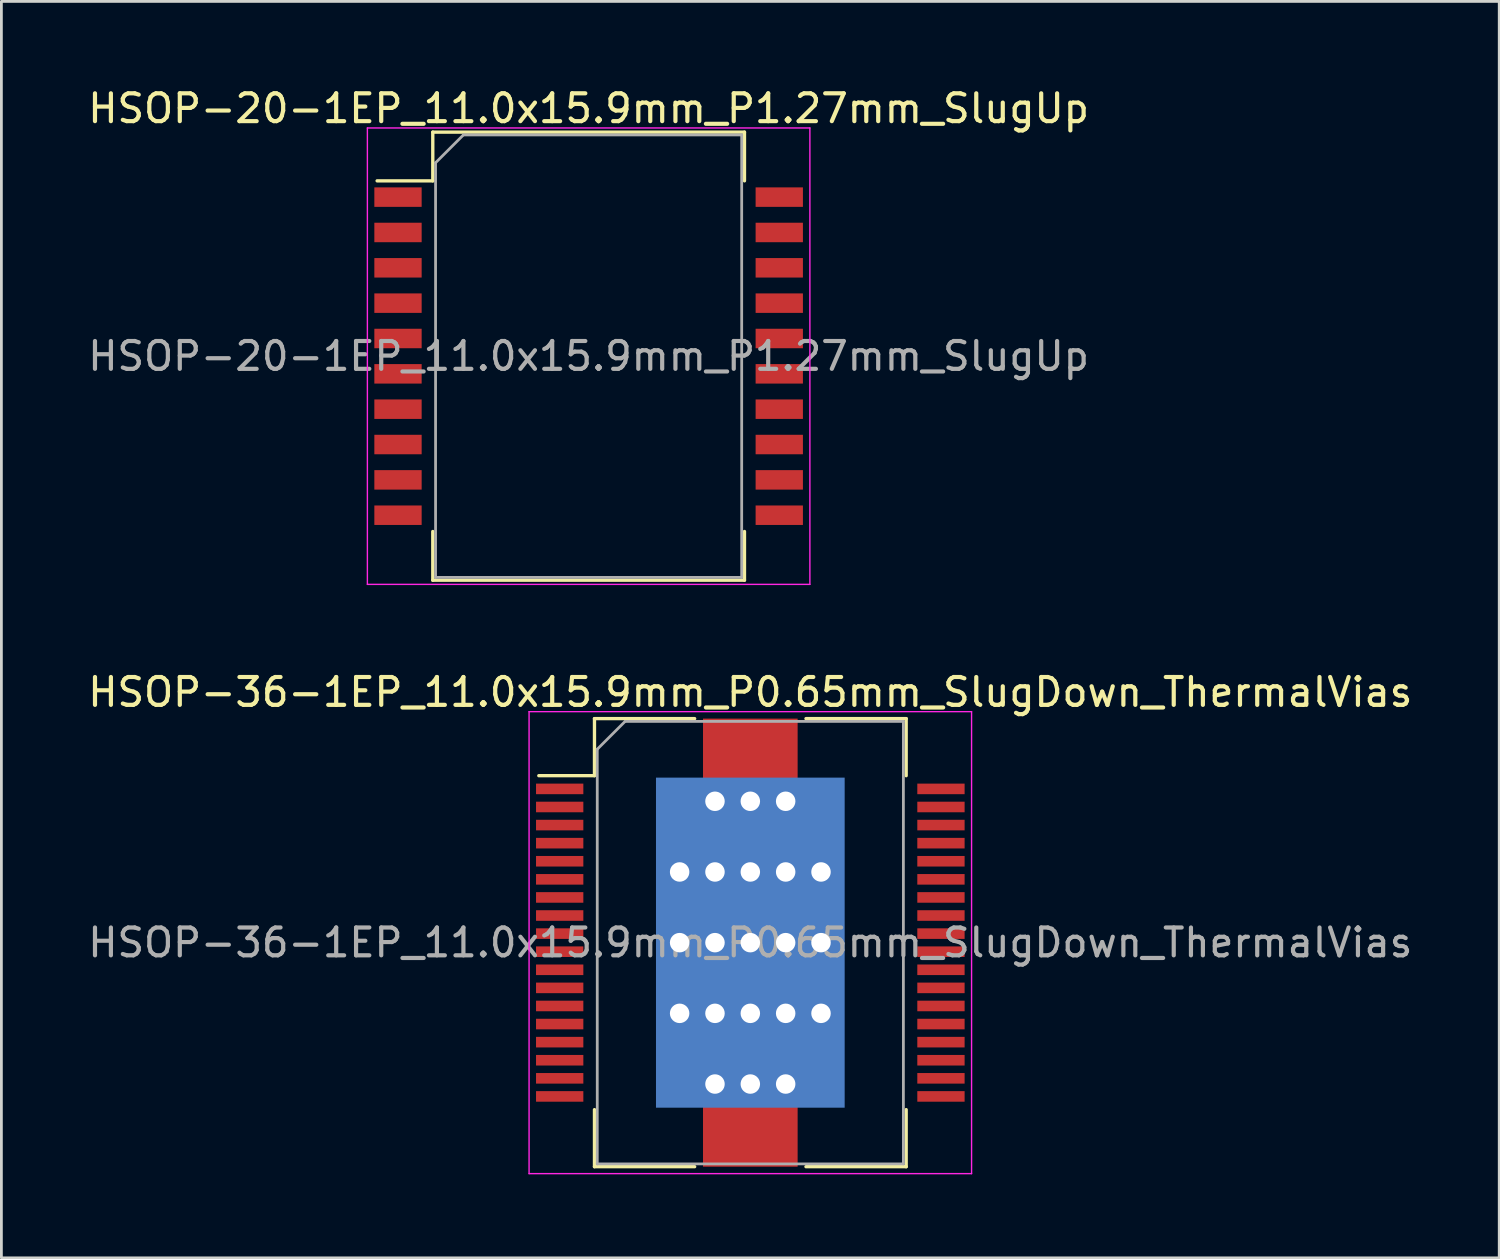
<source format=kicad_pcb>
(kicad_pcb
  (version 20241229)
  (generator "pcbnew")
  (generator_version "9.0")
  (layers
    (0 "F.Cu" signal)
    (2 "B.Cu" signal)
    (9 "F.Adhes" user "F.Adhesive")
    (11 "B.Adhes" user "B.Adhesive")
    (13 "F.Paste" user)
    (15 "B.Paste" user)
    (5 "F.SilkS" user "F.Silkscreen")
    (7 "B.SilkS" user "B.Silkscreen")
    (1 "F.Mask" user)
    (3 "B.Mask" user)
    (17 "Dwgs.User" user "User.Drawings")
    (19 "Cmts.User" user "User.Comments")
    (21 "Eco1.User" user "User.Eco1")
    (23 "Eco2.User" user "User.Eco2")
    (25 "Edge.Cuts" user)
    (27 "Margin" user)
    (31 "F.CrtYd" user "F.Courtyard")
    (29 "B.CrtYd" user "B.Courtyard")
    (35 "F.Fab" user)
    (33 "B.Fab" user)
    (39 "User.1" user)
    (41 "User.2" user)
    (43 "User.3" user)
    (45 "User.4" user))
  (footprint "HSOP-36-1EP_11.0x15.9mm_P0.65mm_SlugDown_ThermalVias"
    (layer "F.Cu")
    (at 23.911 30.822)
    (property "Reference" "HSOP-36-1EP_11.0x15.9mm_P0.65mm_SlugDown_ThermalVias" (at 0 -9 0) (layer "F.SilkS") (effects (font (size 1 1) (thickness 0.15))))
    (attr smd)
    (fp_line (start -5.6 -8.05) (end -5.6 -6) (stroke (width 0.12) (type solid)) (layer "F.SilkS"))
    (fp_line (start -5.6 -6) (end -7.6 -6) (stroke (width 0.12) (type solid)) (layer "F.SilkS"))
    (fp_line (start -5.6 8.05) (end -5.6 6) (stroke (width 0.12) (type solid)) (layer "F.SilkS"))
    (fp_line (start -2 -8.05) (end -5.6 -8.05) (stroke (width 0.12) (type solid)) (layer "F.SilkS"))
    (fp_line (start -2 8.05) (end -5.6 8.05) (stroke (width 0.12) (type solid)) (layer "F.SilkS"))
    (fp_line (start 5.6 -8.05) (end 2 -8.05) (stroke (width 0.12) (type solid)) (layer "F.SilkS"))
    (fp_line (start 5.6 -8.05) (end 5.6 -6) (stroke (width 0.12) (type solid)) (layer "F.SilkS"))
    (fp_line (start 5.6 8.05) (end 2 8.05) (stroke (width 0.12) (type solid)) (layer "F.SilkS"))
    (fp_line (start 5.6 8.05) (end 5.6 6) (stroke (width 0.12) (type solid)) (layer "F.SilkS"))
    (fp_line (start -7.95 -8.3) (end -7.95 8.3) (stroke (width 0.05) (type solid)) (layer "F.CrtYd"))
    (fp_line (start -7.95 -8.3) (end 7.95 -8.3) (stroke (width 0.05) (type solid)) (layer "F.CrtYd"))
    (fp_line (start 7.95 8.3) (end -7.95 8.3) (stroke (width 0.05) (type solid)) (layer "F.CrtYd"))
    (fp_line (start 7.95 8.3) (end 7.95 -8.3) (stroke (width 0.05) (type solid)) (layer "F.CrtYd"))
    (fp_line (start -5.5 -6.95) (end -5.5 7.95) (stroke (width 0.1) (type solid)) (layer "F.Fab"))
    (fp_line (start -5.5 7.95) (end 5.5 7.95) (stroke (width 0.1) (type solid)) (layer "F.Fab"))
    (fp_line (start -4.5 -7.95) (end -5.5 -6.95) (stroke (width 0.1) (type solid)) (layer "F.Fab"))
    (fp_line (start 5.5 -7.95) (end -4.5 -7.95) (stroke (width 0.1) (type solid)) (layer "F.Fab"))
    (fp_line (start 5.5 7.95) (end 5.5 -7.95) (stroke (width 0.1) (type solid)) (layer "F.Fab"))
    (fp_text user "${REFERENCE}" (at 0 0 0) (layer "F.Fab") (effects (font (size 1 1) (thickness 0.15))))
    (pad "1" smd rect (at -6.85 -5.525) (size 1.7 0.38) (layers "F.Cu" "F.Mask" "F.Paste"))
    (pad "2" smd rect (at -6.85 -4.875) (size 1.7 0.38) (layers "F.Cu" "F.Mask" "F.Paste"))
    (pad "3" smd rect (at -6.85 -4.225) (size 1.7 0.38) (layers "F.Cu" "F.Mask" "F.Paste"))
    (pad "4" smd rect (at -6.85 -3.575) (size 1.7 0.38) (layers "F.Cu" "F.Mask" "F.Paste"))
    (pad "5" smd rect (at -6.85 -2.925) (size 1.7 0.38) (layers "F.Cu" "F.Mask" "F.Paste"))
    (pad "6" smd rect (at -6.85 -2.275) (size 1.7 0.38) (layers "F.Cu" "F.Mask" "F.Paste"))
    (pad "7" smd rect (at -6.85 -1.625) (size 1.7 0.38) (layers "F.Cu" "F.Mask" "F.Paste"))
    (pad "8" smd rect (at -6.85 -0.975) (size 1.7 0.38) (layers "F.Cu" "F.Mask" "F.Paste"))
    (pad "9" smd rect (at -6.85 -0.325) (size 1.7 0.38) (layers "F.Cu" "F.Mask" "F.Paste"))
    (pad "10" smd rect (at -6.85 0.325) (size 1.7 0.38) (layers "F.Cu" "F.Mask" "F.Paste"))
    (pad "11" smd rect (at -6.85 0.975) (size 1.7 0.38) (layers "F.Cu" "F.Mask" "F.Paste"))
    (pad "12" smd rect (at -6.85 1.625) (size 1.7 0.38) (layers "F.Cu" "F.Mask" "F.Paste"))
    (pad "13" smd rect (at -6.85 2.275) (size 1.7 0.38) (layers "F.Cu" "F.Mask" "F.Paste"))
    (pad "14" smd rect (at -6.85 2.925) (size 1.7 0.38) (layers "F.Cu" "F.Mask" "F.Paste"))
    (pad "15" smd rect (at -6.85 3.575) (size 1.7 0.38) (layers "F.Cu" "F.Mask" "F.Paste"))
    (pad "16" smd rect (at -6.85 4.225) (size 1.7 0.38) (layers "F.Cu" "F.Mask" "F.Paste"))
    (pad "17" smd rect (at -6.85 4.875) (size 1.7 0.38) (layers "F.Cu" "F.Mask" "F.Paste"))
    (pad "18" smd rect (at -6.85 5.525) (size 1.7 0.38) (layers "F.Cu" "F.Mask" "F.Paste"))
    (pad "19" smd rect (at 6.85 5.525) (size 1.7 0.38) (layers "F.Cu" "F.Mask" "F.Paste"))
    (pad "20" smd rect (at 6.85 4.875) (size 1.7 0.38) (layers "F.Cu" "F.Mask" "F.Paste"))
    (pad "21" smd rect (at 6.85 4.225) (size 1.7 0.38) (layers "F.Cu" "F.Mask" "F.Paste"))
    (pad "22" smd rect (at 6.85 3.575) (size 1.7 0.38) (layers "F.Cu" "F.Mask" "F.Paste"))
    (pad "23" smd rect (at 6.85 2.925) (size 1.7 0.38) (layers "F.Cu" "F.Mask" "F.Paste"))
    (pad "24" smd rect (at 6.85 2.275) (size 1.7 0.38) (layers "F.Cu" "F.Mask" "F.Paste"))
    (pad "25" smd rect (at 6.85 1.625) (size 1.7 0.38) (layers "F.Cu" "F.Mask" "F.Paste"))
    (pad "26" smd rect (at 6.85 0.975) (size 1.7 0.38) (layers "F.Cu" "F.Mask" "F.Paste"))
    (pad "27" smd rect (at 6.85 0.325) (size 1.7 0.38) (layers "F.Cu" "F.Mask" "F.Paste"))
    (pad "28" smd rect (at 6.85 -0.325) (size 1.7 0.38) (layers "F.Cu" "F.Mask" "F.Paste"))
    (pad "29" smd rect (at 6.85 -0.975) (size 1.7 0.38) (layers "F.Cu" "F.Mask" "F.Paste"))
    (pad "30" smd rect (at 6.85 -1.625) (size 1.7 0.38) (layers "F.Cu" "F.Mask" "F.Paste"))
    (pad "31" smd rect (at 6.85 -2.275) (size 1.7 0.38) (layers "F.Cu" "F.Mask" "F.Paste"))
    (pad "32" smd rect (at 6.85 -2.925) (size 1.7 0.38) (layers "F.Cu" "F.Mask" "F.Paste"))
    (pad "33" smd rect (at 6.85 -3.575) (size 1.7 0.38) (layers "F.Cu" "F.Mask" "F.Paste"))
    (pad "34" smd rect (at 6.85 -4.225) (size 1.7 0.38) (layers "F.Cu" "F.Mask" "F.Paste"))
    (pad "35" smd rect (at 6.85 -4.875) (size 1.7 0.38) (layers "F.Cu" "F.Mask" "F.Paste"))
    (pad "36" smd rect (at 6.85 -5.525) (size 1.7 0.38) (layers "F.Cu" "F.Mask" "F.Paste"))
    (pad "37" thru_hole circle (at -2.54 -2.54) (size 1 1) (drill 0.7) (layers "*.Cu"))
    (pad "37" thru_hole circle (at -2.54 0) (size 1 1) (drill 0.7) (layers "*.Cu"))
    (pad "37" thru_hole circle (at -2.54 2.54) (size 1 1) (drill 0.7) (layers "*.Cu"))
    (pad "37" thru_hole circle (at -1.27 -5.08) (size 1 1) (drill 0.7) (layers "*.Cu"))
    (pad "37" thru_hole circle (at -1.27 -2.54) (size 1 1) (drill 0.7) (layers "*.Cu"))
    (pad "37" thru_hole circle (at -1.27 0) (size 1 1) (drill 0.7) (layers "*.Cu"))
    (pad "37" thru_hole circle (at -1.27 2.54) (size 1 1) (drill 0.7) (layers "*.Cu"))
    (pad "37" thru_hole circle (at -1.27 5.08) (size 1 1) (drill 0.7) (layers "*.Cu"))
    (pad "37" smd rect (at 0 -6.843) (size 3.4 2.415) (layers "F.Cu" "F.Mask" "F.Paste"))
    (pad "37" thru_hole circle (at 0 -5.08) (size 1 1) (drill 0.7) (layers "*.Cu"))
    (pad "37" thru_hole circle (at 0 -2.54) (size 1 1) (drill 0.7) (layers "*.Cu"))
    (pad "37" thru_hole circle (at 0 0) (size 1 1) (drill 0.7) (layers "*.Cu"))
    (pad "37" smd rect (at 0 0) (size 6.4 11.27) (layers "F.Cu" "F.Mask" "F.Paste"))
    (pad "37" smd rect (at 0 0) (size 6.78 11.86) (layers "B.Cu"))
    (pad "37" thru_hole circle (at 0 2.54) (size 1 1) (drill 0.7) (layers "*.Cu"))
    (pad "37" thru_hole circle (at 0 5.08) (size 1 1) (drill 0.7) (layers "*.Cu"))
    (pad "37" smd rect (at 0 6.843) (size 3.4 2.415) (layers "F.Cu" "F.Mask" "F.Paste"))
    (pad "37" thru_hole circle (at 1.27 -5.08) (size 1 1) (drill 0.7) (layers "*.Cu"))
    (pad "37" thru_hole circle (at 1.27 -2.54) (size 1 1) (drill 0.7) (layers "*.Cu"))
    (pad "37" thru_hole circle (at 1.27 0) (size 1 1) (drill 0.7) (layers "*.Cu"))
    (pad "37" thru_hole circle (at 1.27 2.54) (size 1 1) (drill 0.7) (layers "*.Cu"))
    (pad "37" thru_hole circle (at 1.27 5.08) (size 1 1) (drill 0.7) (layers "*.Cu"))
    (pad "37" thru_hole circle (at 2.54 -2.54) (size 1 1) (drill 0.7) (layers "*.Cu"))
    (pad "37" thru_hole circle (at 2.54 0) (size 1 1) (drill 0.7) (layers "*.Cu"))
    (pad "37" thru_hole circle (at 2.54 2.54) (size 1 1) (drill 0.7) (layers "*.Cu")))
  (footprint "HSOP-20-1EP_11.0x15.9mm_P1.27mm_SlugUp"
    (layer "F.Cu")
    (at 18.101 9.748)
    (property "Reference" "HSOP-20-1EP_11.0x15.9mm_P1.27mm_SlugUp" (at 0 -8.9 0) (layer "F.SilkS") (effects (font (size 1 1) (thickness 0.15))))
    (attr smd)
    (fp_line (start -5.6 -8.05) (end -5.6 -6.3) (stroke (width 0.12) (type solid)) (layer "F.SilkS"))
    (fp_line (start -5.6 -6.3) (end -7.6 -6.3) (stroke (width 0.12) (type solid)) (layer "F.SilkS"))
    (fp_line (start -5.6 8.05) (end -5.6 6.3) (stroke (width 0.12) (type solid)) (layer "F.SilkS"))
    (fp_line (start 5.6 -8.05) (end -5.6 -8.05) (stroke (width 0.12) (type solid)) (layer "F.SilkS"))
    (fp_line (start 5.6 -8.05) (end 5.6 -6.3) (stroke (width 0.12) (type solid)) (layer "F.SilkS"))
    (fp_line (start 5.6 8.05) (end -5.6 8.05) (stroke (width 0.12) (type solid)) (layer "F.SilkS"))
    (fp_line (start 5.6 8.05) (end 5.6 6.3) (stroke (width 0.12) (type solid)) (layer "F.SilkS"))
    (fp_line (start -7.95 -8.2) (end -7.95 8.2) (stroke (width 0.05) (type solid)) (layer "F.CrtYd"))
    (fp_line (start -7.95 -8.2) (end 7.95 -8.2) (stroke (width 0.05) (type solid)) (layer "F.CrtYd"))
    (fp_line (start 7.95 8.2) (end -7.95 8.2) (stroke (width 0.05) (type solid)) (layer "F.CrtYd"))
    (fp_line (start 7.95 8.2) (end 7.95 -8.2) (stroke (width 0.05) (type solid)) (layer "F.CrtYd"))
    (fp_line (start -5.5 -6.95) (end -5.5 7.95) (stroke (width 0.1) (type solid)) (layer "F.Fab"))
    (fp_line (start -5.5 7.95) (end 5.5 7.95) (stroke (width 0.1) (type solid)) (layer "F.Fab"))
    (fp_line (start -4.5 -7.95) (end -5.5 -6.95) (stroke (width 0.1) (type solid)) (layer "F.Fab"))
    (fp_line (start 5.5 -7.95) (end -4.5 -7.95) (stroke (width 0.1) (type solid)) (layer "F.Fab"))
    (fp_line (start 5.5 7.95) (end 5.5 -7.95) (stroke (width 0.1) (type solid)) (layer "F.Fab"))
    (fp_text user "${REFERENCE}" (at 0 0 0) (layer "F.Fab") (effects (font (size 1 1) (thickness 0.15))))
    (pad "1" smd rect (at -6.85 -5.715) (size 1.7 0.7) (layers "F.Cu" "F.Mask" "F.Paste"))
    (pad "2" smd rect (at -6.85 -4.445) (size 1.7 0.7) (layers "F.Cu" "F.Mask" "F.Paste"))
    (pad "3" smd rect (at -6.85 -3.175) (size 1.7 0.7) (layers "F.Cu" "F.Mask" "F.Paste"))
    (pad "4" smd rect (at -6.85 -1.905) (size 1.7 0.7) (layers "F.Cu" "F.Mask" "F.Paste"))
    (pad "5" smd rect (at -6.85 -0.635) (size 1.7 0.7) (layers "F.Cu" "F.Mask" "F.Paste"))
    (pad "6" smd rect (at -6.85 0.635) (size 1.7 0.7) (layers "F.Cu" "F.Mask" "F.Paste"))
    (pad "7" smd rect (at -6.85 1.905) (size 1.7 0.7) (layers "F.Cu" "F.Mask" "F.Paste"))
    (pad "8" smd rect (at -6.85 3.175) (size 1.7 0.7) (layers "F.Cu" "F.Mask" "F.Paste"))
    (pad "9" smd rect (at -6.85 4.445) (size 1.7 0.7) (layers "F.Cu" "F.Mask" "F.Paste"))
    (pad "10" smd rect (at -6.85 5.715) (size 1.7 0.7) (layers "F.Cu" "F.Mask" "F.Paste"))
    (pad "11" smd rect (at 6.85 5.715) (size 1.7 0.7) (layers "F.Cu" "F.Mask" "F.Paste"))
    (pad "12" smd rect (at 6.85 4.445) (size 1.7 0.7) (layers "F.Cu" "F.Mask" "F.Paste"))
    (pad "13" smd rect (at 6.85 3.175) (size 1.7 0.7) (layers "F.Cu" "F.Mask" "F.Paste"))
    (pad "14" smd rect (at 6.85 1.905) (size 1.7 0.7) (layers "F.Cu" "F.Mask" "F.Paste"))
    (pad "15" smd rect (at 6.85 0.635) (size 1.7 0.7) (layers "F.Cu" "F.Mask" "F.Paste"))
    (pad "16" smd rect (at 6.85 -0.635) (size 1.7 0.7) (layers "F.Cu" "F.Mask" "F.Paste"))
    (pad "17" smd rect (at 6.85 -1.905) (size 1.7 0.7) (layers "F.Cu" "F.Mask" "F.Paste"))
    (pad "18" smd rect (at 6.85 -3.175) (size 1.7 0.7) (layers "F.Cu" "F.Mask" "F.Paste"))
    (pad "19" smd rect (at 6.85 -4.445) (size 1.7 0.7) (layers "F.Cu" "F.Mask" "F.Paste"))
    (pad "20" smd rect (at 6.85 -5.715) (size 1.7 0.7) (layers "F.Cu" "F.Mask" "F.Paste")))
  (gr_rect
    (start -3 -3)
    (end 50.821 42.147)
    (stroke (width 0.1) (type default))
    (fill no)
    (layer "Edge.Cuts")))
</source>
